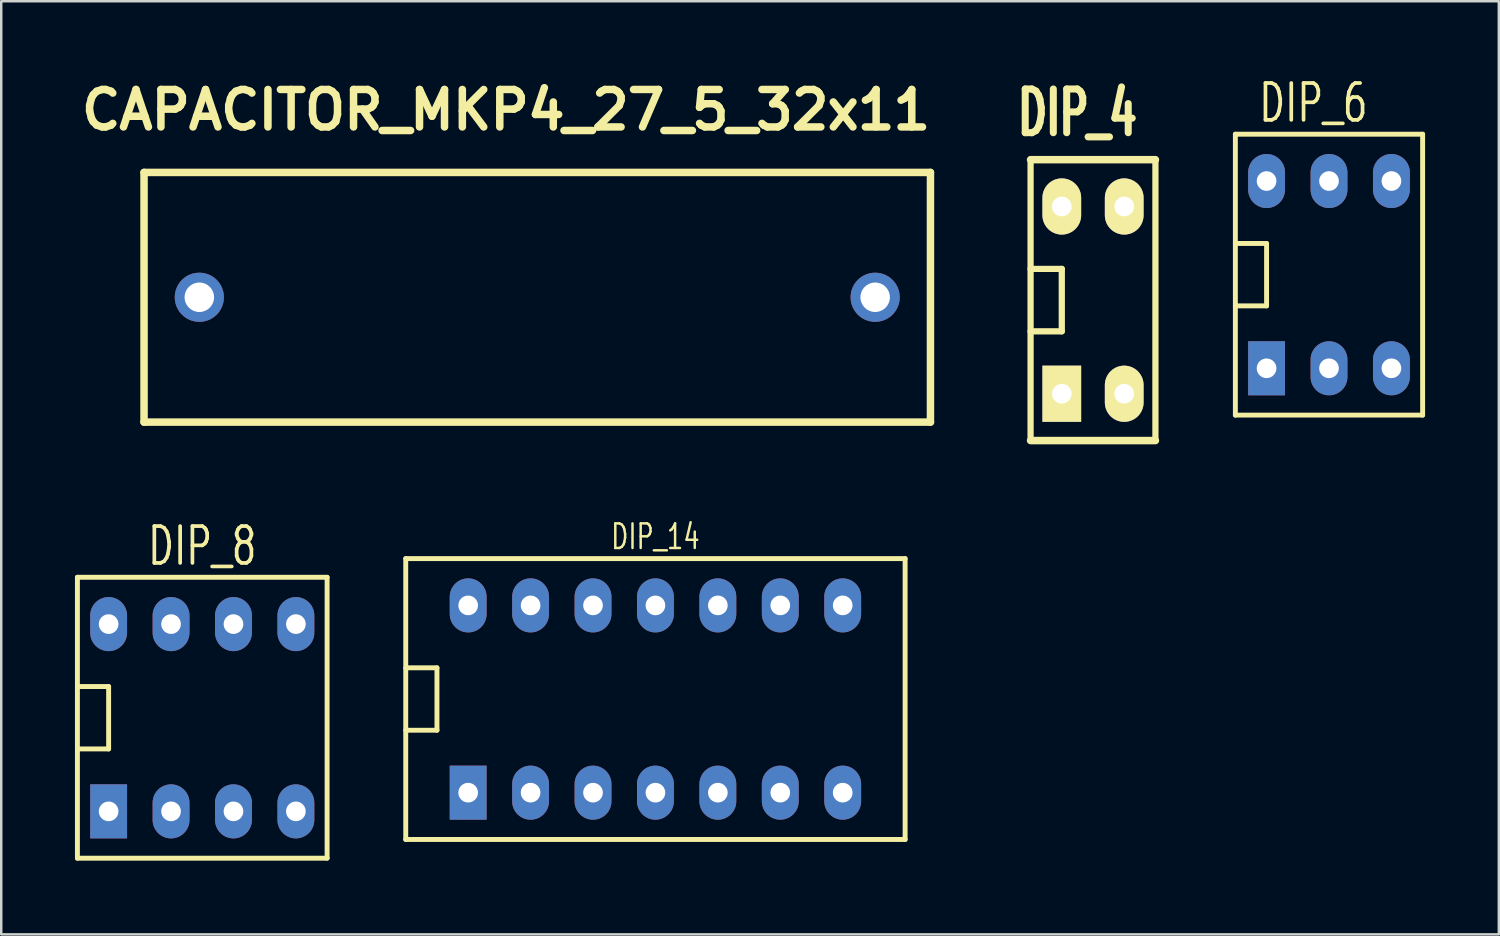
<source format=kicad_pcb>
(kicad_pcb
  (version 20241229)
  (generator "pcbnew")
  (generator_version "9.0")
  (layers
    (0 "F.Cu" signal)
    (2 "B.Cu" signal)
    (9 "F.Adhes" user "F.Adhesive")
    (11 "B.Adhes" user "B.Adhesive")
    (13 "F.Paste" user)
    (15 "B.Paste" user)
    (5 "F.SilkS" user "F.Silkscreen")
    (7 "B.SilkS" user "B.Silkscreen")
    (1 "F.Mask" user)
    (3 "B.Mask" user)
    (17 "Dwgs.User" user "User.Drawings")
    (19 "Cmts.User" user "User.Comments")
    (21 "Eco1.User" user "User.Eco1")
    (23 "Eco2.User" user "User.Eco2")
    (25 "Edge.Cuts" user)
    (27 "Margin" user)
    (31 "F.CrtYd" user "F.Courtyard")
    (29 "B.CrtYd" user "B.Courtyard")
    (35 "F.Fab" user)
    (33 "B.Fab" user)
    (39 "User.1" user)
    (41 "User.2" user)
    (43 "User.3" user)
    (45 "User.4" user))
  (footprint "DIP_6"
    (layer "F.Cu")
    (at 51.028 8.126)
    (property "Reference" "DIP_6" (at -0.635 -6.985 0) (layer "F.SilkS") (effects (font (size 1.5 1.05) (thickness 0.15))))
    (attr through_hole)
    (fp_line (start -3.81 -5.715) (end 3.81 -5.715) (stroke (width 0.2) (type solid)) (layer "F.SilkS"))
    (fp_line (start -3.81 -1.27) (end -2.54 -1.27) (stroke (width 0.2) (type solid)) (layer "F.SilkS"))
    (fp_line (start -3.81 5.715) (end -3.81 -5.715) (stroke (width 0.2) (type solid)) (layer "F.SilkS"))
    (fp_line (start -2.54 -1.27) (end -2.54 1.27) (stroke (width 0.2) (type solid)) (layer "F.SilkS"))
    (fp_line (start -2.54 1.27) (end -3.81 1.27) (stroke (width 0.2) (type solid)) (layer "F.SilkS"))
    (fp_line (start 3.81 -5.715) (end 3.81 5.715) (stroke (width 0.2) (type solid)) (layer "F.SilkS"))
    (fp_line (start 3.81 5.715) (end -3.81 5.715) (stroke (width 0.2) (type solid)) (layer "F.SilkS"))
    (pad "1" thru_hole rect (at -2.54 3.81) (size 1.5 2.2) (drill 0.8) (layers "*.Cu" "*.Mask"))
    (pad "2" thru_hole oval (at 0 3.81) (size 1.5 2.2) (drill 0.8) (layers "*.Cu" "*.Mask"))
    (pad "3" thru_hole oval (at 2.54 3.81) (size 1.5 2.2) (drill 0.8) (layers "*.Cu" "*.Mask"))
    (pad "4" thru_hole oval (at 2.54 -3.81) (size 1.5 2.2) (drill 0.8) (layers "*.Cu" "*.Mask"))
    (pad "5" thru_hole oval (at 0 -3.81) (size 1.5 2.2) (drill 0.8) (layers "*.Cu" "*.Mask"))
    (pad "6" thru_hole oval (at -2.54 -3.81) (size 1.5 2.2) (drill 0.8) (layers "*.Cu" "*.Mask")))
  (footprint "DIP_8"
    (layer "F.Cu")
    (at 5.18 26.155)
    (property "Reference" "DIP_8" (at 0 -6.985 0) (layer "F.SilkS") (effects (font (size 1.5 1.05) (thickness 0.15))))
    (attr through_hole)
    (fp_line (start -5.08 -5.715) (end 5.08 -5.715) (stroke (width 0.2) (type solid)) (layer "F.SilkS"))
    (fp_line (start -5.08 -1.27) (end -3.81 -1.27) (stroke (width 0.2) (type solid)) (layer "F.SilkS"))
    (fp_line (start -5.08 5.715) (end -5.08 -5.715) (stroke (width 0.2) (type solid)) (layer "F.SilkS"))
    (fp_line (start -3.81 -1.27) (end -3.81 1.27) (stroke (width 0.2) (type solid)) (layer "F.SilkS"))
    (fp_line (start -3.81 1.27) (end -5.08 1.27) (stroke (width 0.2) (type solid)) (layer "F.SilkS"))
    (fp_line (start 5.08 5.715) (end -5.08 5.715) (stroke (width 0.2) (type solid)) (layer "F.SilkS"))
    (fp_line (start 5.08 5.715) (end 5.08 -5.715) (stroke (width 0.2) (type solid)) (layer "F.SilkS"))
    (pad "1" thru_hole rect (at -3.81 3.81) (size 1.5 2.2) (drill 0.8) (layers "*.Cu" "*.Mask"))
    (pad "2" thru_hole oval (at -1.27 3.81) (size 1.5 2.2) (drill 0.8) (layers "*.Cu" "*.Mask"))
    (pad "3" thru_hole oval (at 1.27 3.81) (size 1.5 2.2) (drill 0.8) (layers "*.Cu" "*.Mask"))
    (pad "4" thru_hole oval (at 3.81 3.81) (size 1.5 2.2) (drill 0.8) (layers "*.Cu" "*.Mask"))
    (pad "5" thru_hole oval (at 3.81 -3.81) (size 1.5 2.2) (drill 0.8) (layers "*.Cu" "*.Mask"))
    (pad "6" thru_hole oval (at 1.27 -3.81) (size 1.5 2.2) (drill 0.8) (layers "*.Cu" "*.Mask"))
    (pad "7" thru_hole oval (at -1.27 -3.81) (size 1.5 2.2) (drill 0.8) (layers "*.Cu" "*.Mask"))
    (pad "8" thru_hole oval (at -3.81 -3.81) (size 1.5 2.2) (drill 0.8) (layers "*.Cu" "*.Mask")))
  (footprint "DIP_14"
    (layer "F.Cu")
    (at 23.62 25.394)
    (property "Reference" "DIP_14" (at 0 -6.604 0) (layer "F.SilkS") (effects (font (size 1 0.7) (thickness 0.1))))
    (attr through_hole)
    (fp_line (start -10.16 -5.715) (end 10.16 -5.715) (stroke (width 0.2) (type solid)) (layer "F.SilkS"))
    (fp_line (start -10.16 -1.27) (end -8.89 -1.27) (stroke (width 0.2) (type solid)) (layer "F.SilkS"))
    (fp_line (start -10.16 5.715) (end -10.16 -5.715) (stroke (width 0.2) (type solid)) (layer "F.SilkS"))
    (fp_line (start -8.89 -1.27) (end -8.89 1.27) (stroke (width 0.2) (type solid)) (layer "F.SilkS"))
    (fp_line (start -8.89 1.27) (end -10.16 1.27) (stroke (width 0.2) (type solid)) (layer "F.SilkS"))
    (fp_line (start 10.16 5.715) (end -10.16 5.715) (stroke (width 0.2) (type solid)) (layer "F.SilkS"))
    (fp_line (start 10.16 5.715) (end 10.16 -5.715) (stroke (width 0.2) (type solid)) (layer "F.SilkS"))
    (pad "1" thru_hole rect (at -7.62 3.81) (size 1.5 2.2) (drill 0.8) (layers "*.Cu" "*.Mask"))
    (pad "2" thru_hole oval (at -5.08 3.81) (size 1.5 2.2) (drill 0.8) (layers "*.Cu" "*.Mask"))
    (pad "3" thru_hole oval (at -2.54 3.81) (size 1.5 2.2) (drill 0.8) (layers "*.Cu" "*.Mask"))
    (pad "4" thru_hole oval (at 0 3.81) (size 1.5 2.2) (drill 0.8) (layers "*.Cu" "*.Mask"))
    (pad "5" thru_hole oval (at 2.54 3.81) (size 1.5 2.2) (drill 0.8) (layers "*.Cu" "*.Mask"))
    (pad "6" thru_hole oval (at 5.08 3.81) (size 1.5 2.2) (drill 0.8) (layers "*.Cu" "*.Mask"))
    (pad "7" thru_hole oval (at 7.62 3.81) (size 1.5 2.2) (drill 0.8) (layers "*.Cu" "*.Mask"))
    (pad "8" thru_hole oval (at 7.62 -3.81) (size 1.5 2.2) (drill 0.8) (layers "*.Cu" "*.Mask"))
    (pad "9" thru_hole oval (at 5.08 -3.81) (size 1.5 2.2) (drill 0.8) (layers "*.Cu" "*.Mask"))
    (pad "10" thru_hole oval (at 2.54 -3.81) (size 1.5 2.2) (drill 0.8) (layers "*.Cu" "*.Mask"))
    (pad "11" thru_hole oval (at 0 -3.81) (size 1.5 2.2) (drill 0.8) (layers "*.Cu" "*.Mask"))
    (pad "12" thru_hole oval (at -2.54 -3.81) (size 1.5 2.2) (drill 0.8) (layers "*.Cu" "*.Mask"))
    (pad "13" thru_hole oval (at -5.08 -3.81) (size 1.5 2.2) (drill 0.8) (layers "*.Cu" "*.Mask"))
    (pad "14" thru_hole oval (at -7.62 -3.81) (size 1.5 2.2) (drill 0.8) (layers "*.Cu" "*.Mask")))
  (footprint "DIP_4"
    (layer "F.Cu")
    (at 41.425 9.162)
    (property "Reference" "DIP_4" (at -0.635 -7.62 0) (layer "F.SilkS") (effects (font (size 1.778 1.143) (thickness 0.287))))
    (attr through_hole)
    (fp_line (start -2.54 -5.715) (end 2.54 -5.715) (stroke (width 0.305) (type solid)) (layer "F.SilkS"))
    (fp_line (start -2.54 -1.27) (end -1.27 -1.27) (stroke (width 0.254) (type solid)) (layer "F.SilkS"))
    (fp_line (start -2.54 5.715) (end -2.54 -5.715) (stroke (width 0.254) (type solid)) (layer "F.SilkS"))
    (fp_line (start -2.54 5.715) (end 2.54 5.715) (stroke (width 0.305) (type solid)) (layer "F.SilkS"))
    (fp_line (start -1.27 -1.27) (end -1.27 1.27) (stroke (width 0.254) (type solid)) (layer "F.SilkS"))
    (fp_line (start -1.27 1.27) (end -2.54 1.27) (stroke (width 0.254) (type solid)) (layer "F.SilkS"))
    (fp_line (start 2.54 5.715) (end 2.54 -5.715) (stroke (width 0.254) (type solid)) (layer "F.SilkS"))
    (pad "1" thru_hole rect (at -1.27 3.81) (size 1.575 2.286) (drill 0.8) (layers "*.Cu" "*.Mask" "F.SilkS"))
    (pad "2" thru_hole oval (at 1.27 3.81) (size 1.575 2.286) (drill 0.8) (layers "*.Cu" "*.Mask" "F.SilkS"))
    (pad "3" thru_hole oval (at 1.27 -3.81) (size 1.575 2.286) (drill 0.8) (layers "*.Cu" "*.Mask" "F.SilkS"))
    (pad "4" thru_hole oval (at -1.27 -3.81) (size 1.575 2.286) (drill 0.8) (layers "*.Cu" "*.Mask" "F.SilkS")))
  (footprint "CAPACITOR_MKP4_27_5_32x11"
    (layer "F.Cu")
    (at 18.811 9.046)
    (property "Reference" "CAPACITOR_MKP4_27_5_32x11" (at -1.27 -7.62 0) (layer "F.SilkS") (effects (font (size 1.524 1.524) (thickness 0.305))))
    (attr through_hole)
    (fp_line (start -16 -5.08) (end 16 -5.08) (stroke (width 0.305) (type solid)) (layer "F.SilkS"))
    (fp_line (start -16 5.08) (end -16 -5.08) (stroke (width 0.305) (type solid)) (layer "F.SilkS"))
    (fp_line (start 16 -5.08) (end 16 5.08) (stroke (width 0.305) (type solid)) (layer "F.SilkS"))
    (fp_line (start 16 5.08) (end -16 5.08) (stroke (width 0.305) (type solid)) (layer "F.SilkS"))
    (pad "1" thru_hole circle (at -13.75 0) (size 2 2) (drill 1.2) (layers "*.Cu" "*.Mask"))
    (pad "2" thru_hole circle (at 13.75 0) (size 2 2) (drill 1.2) (layers "*.Cu" "*.Mask")))
  (gr_rect
    (start -3 -3)
    (end 57.938 34.97)
    (stroke (width 0.1) (type default))
    (fill no)
    (layer "Edge.Cuts")))
</source>
